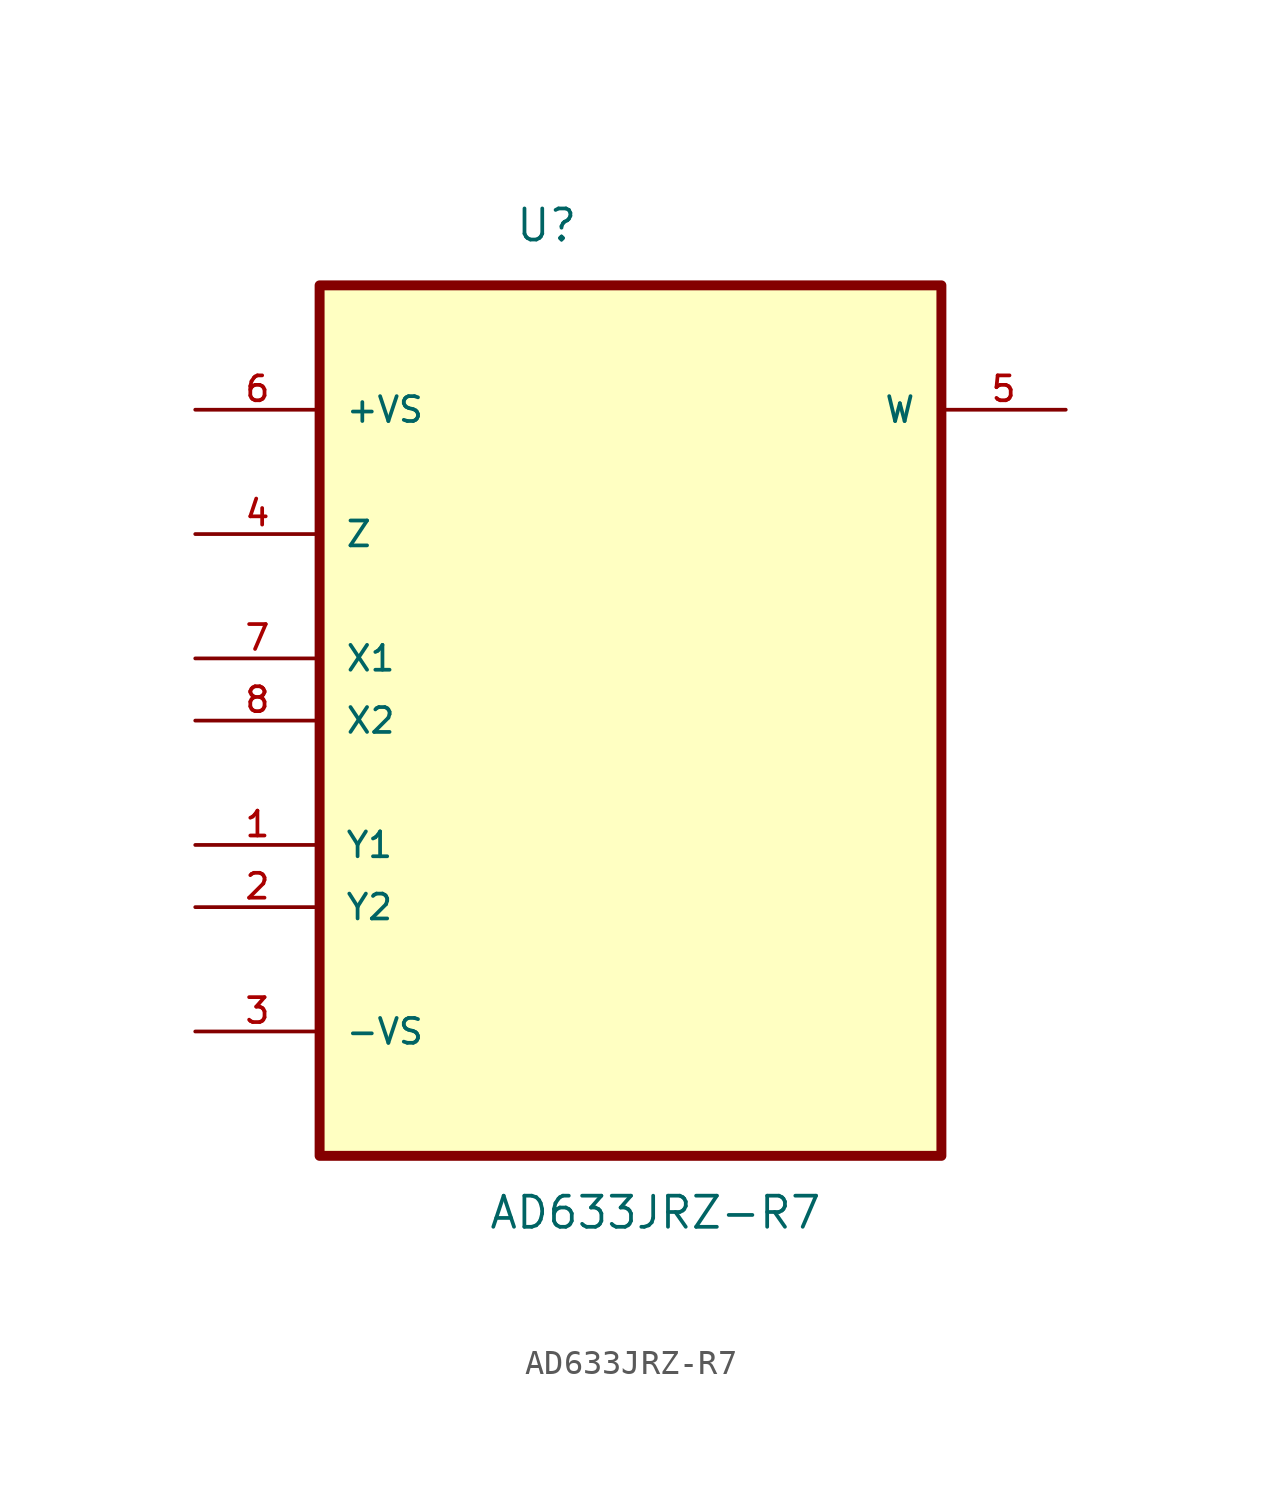
<source format=kicad_sym>
(kicad_symbol_lib
  (version 20211014)
  (generator kicad_symbol_editor)
  (symbol "AD633JRZ-R7"
    (pin_names
      (offset 1.016))
    (property "Reference" "U"
      (at -4.733 16.948 0.0)
      (effects (font (size 1.27 1.27)) (justify bottom left)))
    (property "Value" "AD633JRZ-R7"
      (at -5.826 -23.381 0.0)
      (effects (font (size 1.27 1.27)) (justify bottom left)))
    (symbol "AD633JRZ-R7_0_0"
      (rectangle (start -12.7 -20.32) (end 12.7 15.24) (stroke (width 0.406)) (fill (type background)))
      (pin power_in line (at -17.78 10.16 0) (length 5.08) (name "+VS" (effects (font (size 1.016 1.016)))) (number "6" (effects (font (size 1.016 1.016)))))
      (pin passive line (at -17.78 5.08 0) (length 5.08) (name "Z" (effects (font (size 1.016 1.016)))) (number "4" (effects (font (size 1.016 1.016)))))
      (pin passive line (at -17.78 0.0 0) (length 5.08) (name "X1" (effects (font (size 1.016 1.016)))) (number "7" (effects (font (size 1.016 1.016)))))
      (pin passive line (at -17.78 -2.54 0) (length 5.08) (name "X2" (effects (font (size 1.016 1.016)))) (number "8" (effects (font (size 1.016 1.016)))))
      (pin passive line (at -17.78 -7.62 0) (length 5.08) (name "Y1" (effects (font (size 1.016 1.016)))) (number "1" (effects (font (size 1.016 1.016)))))
      (pin passive line (at -17.78 -10.16 0) (length 5.08) (name "Y2" (effects (font (size 1.016 1.016)))) (number "2" (effects (font (size 1.016 1.016)))))
      (pin power_in line (at -17.78 -15.24 0) (length 5.08) (name "-VS" (effects (font (size 1.016 1.016)))) (number "3" (effects (font (size 1.016 1.016)))))
      (pin passive line (at 17.78 10.16 180.0) (length 5.08) (name "W" (effects (font (size 1.016 1.016)))) (number "5" (effects (font (size 1.016 1.016))))))))
</source>
